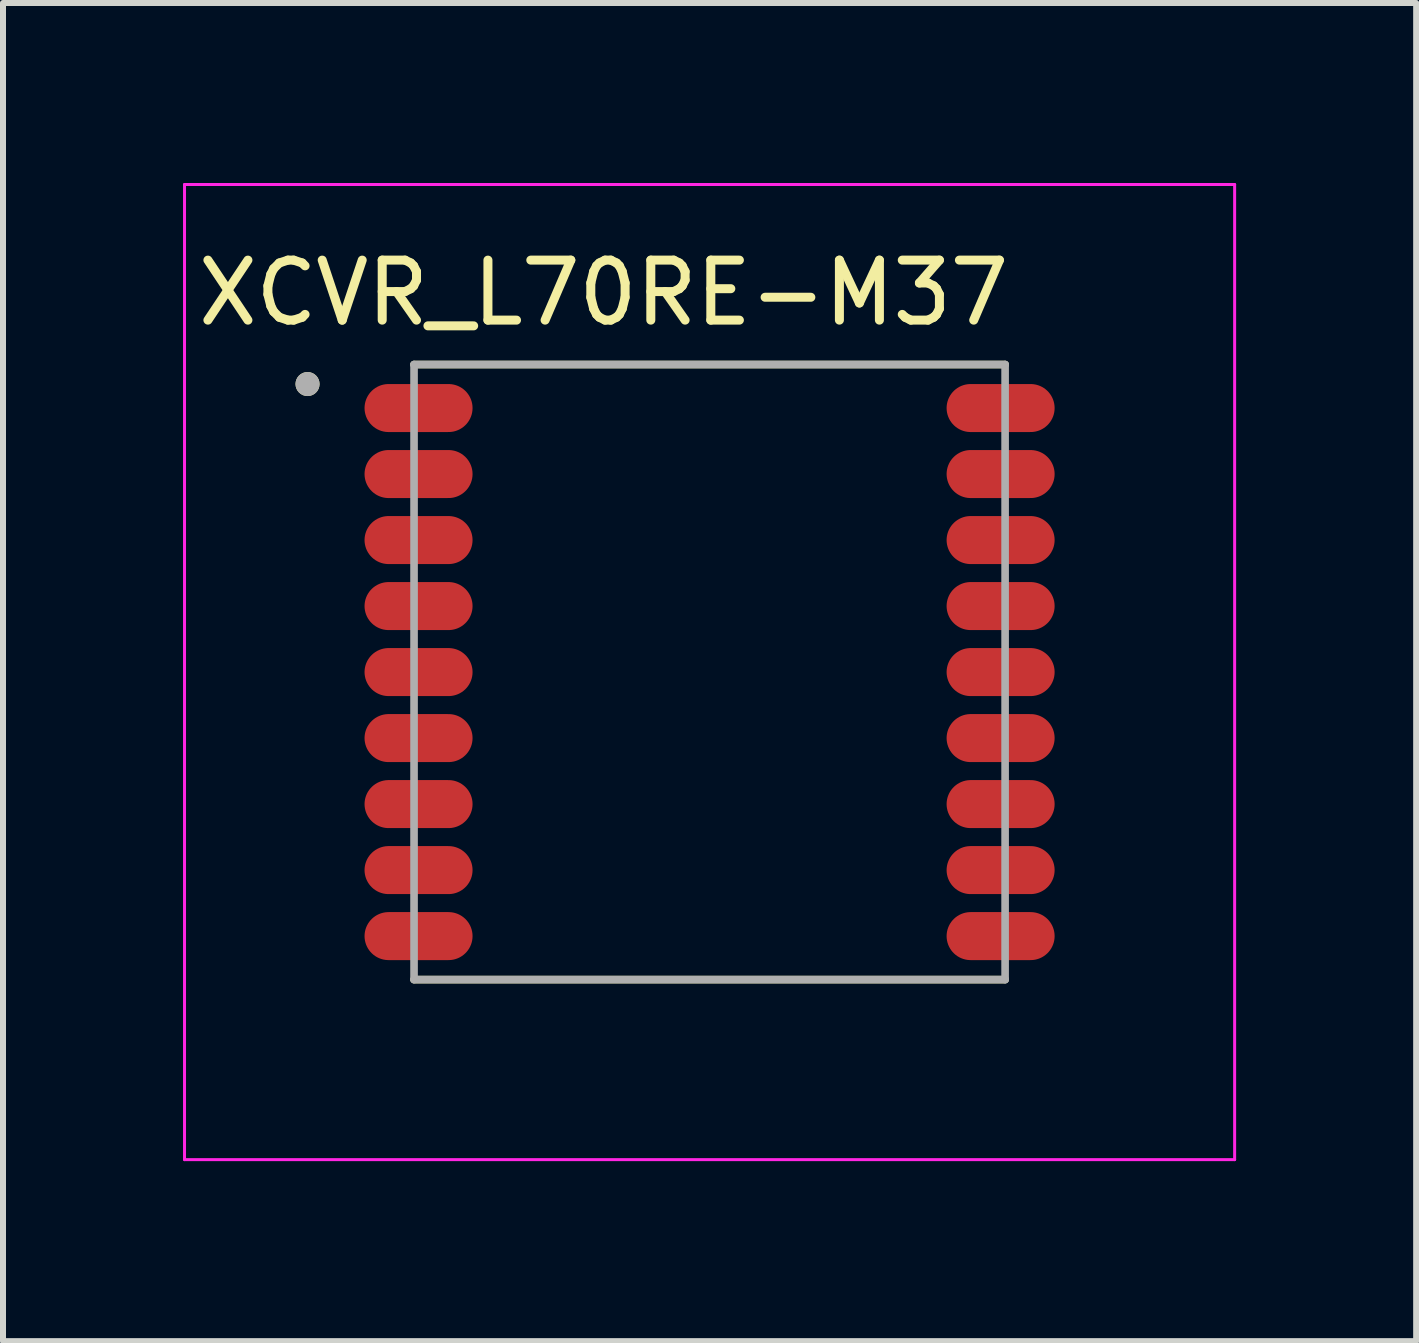
<source format=kicad_pcb>
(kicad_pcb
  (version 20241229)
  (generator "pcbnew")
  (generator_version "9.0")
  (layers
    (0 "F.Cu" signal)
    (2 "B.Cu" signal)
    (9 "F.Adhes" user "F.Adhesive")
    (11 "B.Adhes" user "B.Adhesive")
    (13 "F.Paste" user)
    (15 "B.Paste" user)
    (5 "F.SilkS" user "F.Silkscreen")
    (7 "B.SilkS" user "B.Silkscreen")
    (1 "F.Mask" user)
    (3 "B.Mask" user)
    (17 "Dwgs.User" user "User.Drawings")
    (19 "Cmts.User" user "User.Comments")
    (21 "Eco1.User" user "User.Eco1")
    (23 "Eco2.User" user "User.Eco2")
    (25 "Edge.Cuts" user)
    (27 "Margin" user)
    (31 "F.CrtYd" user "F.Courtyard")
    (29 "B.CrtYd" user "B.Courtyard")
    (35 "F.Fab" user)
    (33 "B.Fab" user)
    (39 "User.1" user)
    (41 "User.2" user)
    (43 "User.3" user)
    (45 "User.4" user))
  (footprint "XCVR_L70RE-M37"
    (layer "F.Cu")
    (at 8.775 8.15)
    (property "Reference" "XCVR_L70RE-M37" (at -1.765 -6.32 0) (layer "F.SilkS") (effects (font (size 1 1) (thickness 0.15))))
    (attr smd)
    (fp_line (start 4.925 -5.125) (end -4.925 -5.125) (stroke (width 0.127) (type solid)) (layer "F.SilkS"))
    (fp_line (start 4.925 5.125) (end -4.925 5.125) (stroke (width 0.127) (type solid)) (layer "F.SilkS"))
    (fp_circle (center -6.7 -4.8) (end -6.6 -4.8) (stroke (width 0.2) (type solid)) (fill no) (layer "F.SilkS"))
    (fp_poly (pts (xy -4.45 -4) (xy -5.75 -4) (xy -5.771 -4.001) (xy -5.792 -4.002) (xy -5.813 -4.005) (xy -5.833 -4.009) (xy -5.854 -4.014) (xy -5.874 -4.02) (xy -5.893 -4.027) (xy -5.913 -4.035) (xy -5.932 -4.044) (xy -5.95 -4.054) (xy -5.968 -4.065) (xy -5.985 -4.076) (xy -6.002 -4.089) (xy -6.018 -4.103) (xy -6.033 -4.117) (xy -6.047 -4.132) (xy -6.061 -4.148) (xy -6.074 -4.165) (xy -6.085 -4.182) (xy -6.096 -4.2) (xy -6.106 -4.218) (xy -6.115 -4.237) (xy -6.123 -4.257) (xy -6.13 -4.276) (xy -6.136 -4.296) (xy -6.141 -4.317) (xy -6.145 -4.337) (xy -6.148 -4.358) (xy -6.149 -4.379) (xy -6.15 -4.4) (xy -6.149 -4.421) (xy -6.148 -4.442) (xy -6.145 -4.463) (xy -6.141 -4.483) (xy -6.136 -4.504) (xy -6.13 -4.524) (xy -6.123 -4.543) (xy -6.115 -4.563) (xy -6.106 -4.582) (xy -6.096 -4.6) (xy -6.085 -4.618) (xy -6.074 -4.635) (xy -6.061 -4.652) (xy -6.047 -4.668) (xy -6.033 -4.683) (xy -6.018 -4.697) (xy -6.002 -4.711) (xy -5.985 -4.724) (xy -5.968 -4.735) (xy -5.95 -4.746) (xy -5.932 -4.756) (xy -5.913 -4.765) (xy -5.893 -4.773) (xy -5.874 -4.78) (xy -5.854 -4.786) (xy -5.833 -4.791) (xy -5.813 -4.795) (xy -5.792 -4.798) (xy -5.771 -4.799) (xy -5.75 -4.8) (xy -4.45 -4.8) (xy -4.429 -4.799) (xy -4.408 -4.798) (xy -4.387 -4.795) (xy -4.367 -4.791) (xy -4.346 -4.786) (xy -4.326 -4.78) (xy -4.307 -4.773) (xy -4.287 -4.765) (xy -4.268 -4.756) (xy -4.25 -4.746) (xy -4.232 -4.735) (xy -4.215 -4.724) (xy -4.198 -4.711) (xy -4.182 -4.697) (xy -4.167 -4.683) (xy -4.153 -4.668) (xy -4.139 -4.652) (xy -4.126 -4.635) (xy -4.115 -4.618) (xy -4.104 -4.6) (xy -4.094 -4.582) (xy -4.085 -4.563) (xy -4.077 -4.543) (xy -4.07 -4.524) (xy -4.064 -4.504) (xy -4.059 -4.483) (xy -4.055 -4.463) (xy -4.052 -4.442) (xy -4.051 -4.421) (xy -4.05 -4.4) (xy -4.051 -4.379) (xy -4.052 -4.358) (xy -4.055 -4.337) (xy -4.059 -4.317) (xy -4.064 -4.296) (xy -4.07 -4.276) (xy -4.077 -4.257) (xy -4.085 -4.237) (xy -4.094 -4.218) (xy -4.104 -4.2) (xy -4.115 -4.182) (xy -4.126 -4.165) (xy -4.139 -4.148) (xy -4.153 -4.132) (xy -4.167 -4.117) (xy -4.182 -4.103) (xy -4.198 -4.089) (xy -4.215 -4.076) (xy -4.232 -4.065) (xy -4.25 -4.054) (xy -4.268 -4.044) (xy -4.287 -4.035) (xy -4.307 -4.027) (xy -4.326 -4.02) (xy -4.346 -4.014) (xy -4.367 -4.009) (xy -4.387 -4.005) (xy -4.408 -4.002) (xy -4.429 -4.001) (xy -4.45 -4)) (stroke (width 0.0001) (type solid)) (fill yes) (layer "F.Paste"))
    (fp_poly (pts (xy -4.45 -2.9) (xy -5.75 -2.9) (xy -5.771 -2.901) (xy -5.792 -2.902) (xy -5.813 -2.905) (xy -5.833 -2.909) (xy -5.854 -2.914) (xy -5.874 -2.92) (xy -5.893 -2.927) (xy -5.913 -2.935) (xy -5.932 -2.944) (xy -5.95 -2.954) (xy -5.968 -2.965) (xy -5.985 -2.976) (xy -6.002 -2.989) (xy -6.018 -3.003) (xy -6.033 -3.017) (xy -6.047 -3.032) (xy -6.061 -3.048) (xy -6.074 -3.065) (xy -6.085 -3.082) (xy -6.096 -3.1) (xy -6.106 -3.118) (xy -6.115 -3.137) (xy -6.123 -3.157) (xy -6.13 -3.176) (xy -6.136 -3.196) (xy -6.141 -3.217) (xy -6.145 -3.237) (xy -6.148 -3.258) (xy -6.149 -3.279) (xy -6.15 -3.3) (xy -6.149 -3.321) (xy -6.148 -3.342) (xy -6.145 -3.363) (xy -6.141 -3.383) (xy -6.136 -3.404) (xy -6.13 -3.424) (xy -6.123 -3.443) (xy -6.115 -3.463) (xy -6.106 -3.482) (xy -6.096 -3.5) (xy -6.085 -3.518) (xy -6.074 -3.535) (xy -6.061 -3.552) (xy -6.047 -3.568) (xy -6.033 -3.583) (xy -6.018 -3.597) (xy -6.002 -3.611) (xy -5.985 -3.624) (xy -5.968 -3.635) (xy -5.95 -3.646) (xy -5.932 -3.656) (xy -5.913 -3.665) (xy -5.893 -3.673) (xy -5.874 -3.68) (xy -5.854 -3.686) (xy -5.833 -3.691) (xy -5.813 -3.695) (xy -5.792 -3.698) (xy -5.771 -3.699) (xy -5.75 -3.7) (xy -4.45 -3.7) (xy -4.429 -3.699) (xy -4.408 -3.698) (xy -4.387 -3.695) (xy -4.367 -3.691) (xy -4.346 -3.686) (xy -4.326 -3.68) (xy -4.307 -3.673) (xy -4.287 -3.665) (xy -4.268 -3.656) (xy -4.25 -3.646) (xy -4.232 -3.635) (xy -4.215 -3.624) (xy -4.198 -3.611) (xy -4.182 -3.597) (xy -4.167 -3.583) (xy -4.153 -3.568) (xy -4.139 -3.552) (xy -4.126 -3.535) (xy -4.115 -3.518) (xy -4.104 -3.5) (xy -4.094 -3.482) (xy -4.085 -3.463) (xy -4.077 -3.443) (xy -4.07 -3.424) (xy -4.064 -3.404) (xy -4.059 -3.383) (xy -4.055 -3.363) (xy -4.052 -3.342) (xy -4.051 -3.321) (xy -4.05 -3.3) (xy -4.051 -3.279) (xy -4.052 -3.258) (xy -4.055 -3.237) (xy -4.059 -3.217) (xy -4.064 -3.196) (xy -4.07 -3.176) (xy -4.077 -3.157) (xy -4.085 -3.137) (xy -4.094 -3.118) (xy -4.104 -3.1) (xy -4.115 -3.082) (xy -4.126 -3.065) (xy -4.139 -3.048) (xy -4.153 -3.032) (xy -4.167 -3.017) (xy -4.182 -3.003) (xy -4.198 -2.989) (xy -4.215 -2.976) (xy -4.232 -2.965) (xy -4.25 -2.954) (xy -4.268 -2.944) (xy -4.287 -2.935) (xy -4.307 -2.927) (xy -4.326 -2.92) (xy -4.346 -2.914) (xy -4.367 -2.909) (xy -4.387 -2.905) (xy -4.408 -2.902) (xy -4.429 -2.901) (xy -4.45 -2.9)) (stroke (width 0.0001) (type solid)) (fill yes) (layer "F.Paste"))
    (fp_poly (pts (xy -4.45 -1.8) (xy -5.75 -1.8) (xy -5.771 -1.801) (xy -5.792 -1.802) (xy -5.813 -1.805) (xy -5.833 -1.809) (xy -5.854 -1.814) (xy -5.874 -1.82) (xy -5.893 -1.827) (xy -5.913 -1.835) (xy -5.932 -1.844) (xy -5.95 -1.854) (xy -5.968 -1.865) (xy -5.985 -1.876) (xy -6.002 -1.889) (xy -6.018 -1.903) (xy -6.033 -1.917) (xy -6.047 -1.932) (xy -6.061 -1.948) (xy -6.074 -1.965) (xy -6.085 -1.982) (xy -6.096 -2) (xy -6.106 -2.018) (xy -6.115 -2.037) (xy -6.123 -2.057) (xy -6.13 -2.076) (xy -6.136 -2.096) (xy -6.141 -2.117) (xy -6.145 -2.137) (xy -6.148 -2.158) (xy -6.149 -2.179) (xy -6.15 -2.2) (xy -6.149 -2.221) (xy -6.148 -2.242) (xy -6.145 -2.263) (xy -6.141 -2.283) (xy -6.136 -2.304) (xy -6.13 -2.324) (xy -6.123 -2.343) (xy -6.115 -2.363) (xy -6.106 -2.382) (xy -6.096 -2.4) (xy -6.085 -2.418) (xy -6.074 -2.435) (xy -6.061 -2.452) (xy -6.047 -2.468) (xy -6.033 -2.483) (xy -6.018 -2.497) (xy -6.002 -2.511) (xy -5.985 -2.524) (xy -5.968 -2.535) (xy -5.95 -2.546) (xy -5.932 -2.556) (xy -5.913 -2.565) (xy -5.893 -2.573) (xy -5.874 -2.58) (xy -5.854 -2.586) (xy -5.833 -2.591) (xy -5.813 -2.595) (xy -5.792 -2.598) (xy -5.771 -2.599) (xy -5.75 -2.6) (xy -4.45 -2.6) (xy -4.429 -2.599) (xy -4.408 -2.598) (xy -4.387 -2.595) (xy -4.367 -2.591) (xy -4.346 -2.586) (xy -4.326 -2.58) (xy -4.307 -2.573) (xy -4.287 -2.565) (xy -4.268 -2.556) (xy -4.25 -2.546) (xy -4.232 -2.535) (xy -4.215 -2.524) (xy -4.198 -2.511) (xy -4.182 -2.497) (xy -4.167 -2.483) (xy -4.153 -2.468) (xy -4.139 -2.452) (xy -4.126 -2.435) (xy -4.115 -2.418) (xy -4.104 -2.4) (xy -4.094 -2.382) (xy -4.085 -2.363) (xy -4.077 -2.343) (xy -4.07 -2.324) (xy -4.064 -2.304) (xy -4.059 -2.283) (xy -4.055 -2.263) (xy -4.052 -2.242) (xy -4.051 -2.221) (xy -4.05 -2.2) (xy -4.051 -2.179) (xy -4.052 -2.158) (xy -4.055 -2.137) (xy -4.059 -2.117) (xy -4.064 -2.096) (xy -4.07 -2.076) (xy -4.077 -2.057) (xy -4.085 -2.037) (xy -4.094 -2.018) (xy -4.104 -2) (xy -4.115 -1.982) (xy -4.126 -1.965) (xy -4.139 -1.948) (xy -4.153 -1.932) (xy -4.167 -1.917) (xy -4.182 -1.903) (xy -4.198 -1.889) (xy -4.215 -1.876) (xy -4.232 -1.865) (xy -4.25 -1.854) (xy -4.268 -1.844) (xy -4.287 -1.835) (xy -4.307 -1.827) (xy -4.326 -1.82) (xy -4.346 -1.814) (xy -4.367 -1.809) (xy -4.387 -1.805) (xy -4.408 -1.802) (xy -4.429 -1.801) (xy -4.45 -1.8)) (stroke (width 0.0001) (type solid)) (fill yes) (layer "F.Paste"))
    (fp_poly (pts (xy -4.45 -0.7) (xy -5.75 -0.7) (xy -5.771 -0.701) (xy -5.792 -0.702) (xy -5.813 -0.705) (xy -5.833 -0.709) (xy -5.854 -0.714) (xy -5.874 -0.72) (xy -5.893 -0.727) (xy -5.913 -0.735) (xy -5.932 -0.744) (xy -5.95 -0.754) (xy -5.968 -0.765) (xy -5.985 -0.776) (xy -6.002 -0.789) (xy -6.018 -0.803) (xy -6.033 -0.817) (xy -6.047 -0.832) (xy -6.061 -0.848) (xy -6.074 -0.865) (xy -6.085 -0.882) (xy -6.096 -0.9) (xy -6.106 -0.918) (xy -6.115 -0.937) (xy -6.123 -0.957) (xy -6.13 -0.976) (xy -6.136 -0.996) (xy -6.141 -1.017) (xy -6.145 -1.037) (xy -6.148 -1.058) (xy -6.149 -1.079) (xy -6.15 -1.1) (xy -6.149 -1.121) (xy -6.148 -1.142) (xy -6.145 -1.163) (xy -6.141 -1.183) (xy -6.136 -1.204) (xy -6.13 -1.224) (xy -6.123 -1.243) (xy -6.115 -1.263) (xy -6.106 -1.282) (xy -6.096 -1.3) (xy -6.085 -1.318) (xy -6.074 -1.335) (xy -6.061 -1.352) (xy -6.047 -1.368) (xy -6.033 -1.383) (xy -6.018 -1.397) (xy -6.002 -1.411) (xy -5.985 -1.424) (xy -5.968 -1.435) (xy -5.95 -1.446) (xy -5.932 -1.456) (xy -5.913 -1.465) (xy -5.893 -1.473) (xy -5.874 -1.48) (xy -5.854 -1.486) (xy -5.833 -1.491) (xy -5.813 -1.495) (xy -5.792 -1.498) (xy -5.771 -1.499) (xy -5.75 -1.5) (xy -4.45 -1.5) (xy -4.429 -1.499) (xy -4.408 -1.498) (xy -4.387 -1.495) (xy -4.367 -1.491) (xy -4.346 -1.486) (xy -4.326 -1.48) (xy -4.307 -1.473) (xy -4.287 -1.465) (xy -4.268 -1.456) (xy -4.25 -1.446) (xy -4.232 -1.435) (xy -4.215 -1.424) (xy -4.198 -1.411) (xy -4.182 -1.397) (xy -4.167 -1.383) (xy -4.153 -1.368) (xy -4.139 -1.352) (xy -4.126 -1.335) (xy -4.115 -1.318) (xy -4.104 -1.3) (xy -4.094 -1.282) (xy -4.085 -1.263) (xy -4.077 -1.243) (xy -4.07 -1.224) (xy -4.064 -1.204) (xy -4.059 -1.183) (xy -4.055 -1.163) (xy -4.052 -1.142) (xy -4.051 -1.121) (xy -4.05 -1.1) (xy -4.051 -1.079) (xy -4.052 -1.058) (xy -4.055 -1.037) (xy -4.059 -1.017) (xy -4.064 -0.996) (xy -4.07 -0.976) (xy -4.077 -0.957) (xy -4.085 -0.937) (xy -4.094 -0.918) (xy -4.104 -0.9) (xy -4.115 -0.882) (xy -4.126 -0.865) (xy -4.139 -0.848) (xy -4.153 -0.832) (xy -4.167 -0.817) (xy -4.182 -0.803) (xy -4.198 -0.789) (xy -4.215 -0.776) (xy -4.232 -0.765) (xy -4.25 -0.754) (xy -4.268 -0.744) (xy -4.287 -0.735) (xy -4.307 -0.727) (xy -4.326 -0.72) (xy -4.346 -0.714) (xy -4.367 -0.709) (xy -4.387 -0.705) (xy -4.408 -0.702) (xy -4.429 -0.701) (xy -4.45 -0.7)) (stroke (width 0.0001) (type solid)) (fill yes) (layer "F.Paste"))
    (fp_poly (pts (xy -4.45 0.4) (xy -5.75 0.4) (xy -5.771 0.399) (xy -5.792 0.398) (xy -5.813 0.395) (xy -5.833 0.391) (xy -5.854 0.386) (xy -5.874 0.38) (xy -5.893 0.373) (xy -5.913 0.365) (xy -5.932 0.356) (xy -5.95 0.346) (xy -5.968 0.335) (xy -5.985 0.324) (xy -6.002 0.311) (xy -6.018 0.297) (xy -6.033 0.283) (xy -6.047 0.268) (xy -6.061 0.252) (xy -6.074 0.235) (xy -6.085 0.218) (xy -6.096 0.2) (xy -6.106 0.182) (xy -6.115 0.163) (xy -6.123 0.143) (xy -6.13 0.124) (xy -6.136 0.104) (xy -6.141 0.083) (xy -6.145 0.063) (xy -6.148 0.042) (xy -6.149 0.021) (xy -6.15 0) (xy -6.149 -0.021) (xy -6.148 -0.042) (xy -6.145 -0.063) (xy -6.141 -0.083) (xy -6.136 -0.104) (xy -6.13 -0.124) (xy -6.123 -0.143) (xy -6.115 -0.163) (xy -6.106 -0.182) (xy -6.096 -0.2) (xy -6.085 -0.218) (xy -6.074 -0.235) (xy -6.061 -0.252) (xy -6.047 -0.268) (xy -6.033 -0.283) (xy -6.018 -0.297) (xy -6.002 -0.311) (xy -5.985 -0.324) (xy -5.968 -0.335) (xy -5.95 -0.346) (xy -5.932 -0.356) (xy -5.913 -0.365) (xy -5.893 -0.373) (xy -5.874 -0.38) (xy -5.854 -0.386) (xy -5.833 -0.391) (xy -5.813 -0.395) (xy -5.792 -0.398) (xy -5.771 -0.399) (xy -5.75 -0.4) (xy -4.45 -0.4) (xy -4.429 -0.399) (xy -4.408 -0.398) (xy -4.387 -0.395) (xy -4.367 -0.391) (xy -4.346 -0.386) (xy -4.326 -0.38) (xy -4.307 -0.373) (xy -4.287 -0.365) (xy -4.268 -0.356) (xy -4.25 -0.346) (xy -4.232 -0.335) (xy -4.215 -0.324) (xy -4.198 -0.311) (xy -4.182 -0.297) (xy -4.167 -0.283) (xy -4.153 -0.268) (xy -4.139 -0.252) (xy -4.126 -0.235) (xy -4.115 -0.218) (xy -4.104 -0.2) (xy -4.094 -0.182) (xy -4.085 -0.163) (xy -4.077 -0.143) (xy -4.07 -0.124) (xy -4.064 -0.104) (xy -4.059 -0.083) (xy -4.055 -0.063) (xy -4.052 -0.042) (xy -4.051 -0.021) (xy -4.05 0) (xy -4.051 0.021) (xy -4.052 0.042) (xy -4.055 0.063) (xy -4.059 0.083) (xy -4.064 0.104) (xy -4.07 0.124) (xy -4.077 0.143) (xy -4.085 0.163) (xy -4.094 0.182) (xy -4.104 0.2) (xy -4.115 0.218) (xy -4.126 0.235) (xy -4.139 0.252) (xy -4.153 0.268) (xy -4.167 0.283) (xy -4.182 0.297) (xy -4.198 0.311) (xy -4.215 0.324) (xy -4.232 0.335) (xy -4.25 0.346) (xy -4.268 0.356) (xy -4.287 0.365) (xy -4.307 0.373) (xy -4.326 0.38) (xy -4.346 0.386) (xy -4.367 0.391) (xy -4.387 0.395) (xy -4.408 0.398) (xy -4.429 0.399) (xy -4.45 0.4)) (stroke (width 0.0001) (type solid)) (fill yes) (layer "F.Paste"))
    (fp_poly (pts (xy -4.45 1.5) (xy -5.75 1.5) (xy -5.771 1.499) (xy -5.792 1.498) (xy -5.813 1.495) (xy -5.833 1.491) (xy -5.854 1.486) (xy -5.874 1.48) (xy -5.893 1.473) (xy -5.913 1.465) (xy -5.932 1.456) (xy -5.95 1.446) (xy -5.968 1.435) (xy -5.985 1.424) (xy -6.002 1.411) (xy -6.018 1.397) (xy -6.033 1.383) (xy -6.047 1.368) (xy -6.061 1.352) (xy -6.074 1.335) (xy -6.085 1.318) (xy -6.096 1.3) (xy -6.106 1.282) (xy -6.115 1.263) (xy -6.123 1.243) (xy -6.13 1.224) (xy -6.136 1.204) (xy -6.141 1.183) (xy -6.145 1.163) (xy -6.148 1.142) (xy -6.149 1.121) (xy -6.15 1.1) (xy -6.149 1.079) (xy -6.148 1.058) (xy -6.145 1.037) (xy -6.141 1.017) (xy -6.136 0.996) (xy -6.13 0.976) (xy -6.123 0.957) (xy -6.115 0.937) (xy -6.106 0.918) (xy -6.096 0.9) (xy -6.085 0.882) (xy -6.074 0.865) (xy -6.061 0.848) (xy -6.047 0.832) (xy -6.033 0.817) (xy -6.018 0.803) (xy -6.002 0.789) (xy -5.985 0.776) (xy -5.968 0.765) (xy -5.95 0.754) (xy -5.932 0.744) (xy -5.913 0.735) (xy -5.893 0.727) (xy -5.874 0.72) (xy -5.854 0.714) (xy -5.833 0.709) (xy -5.813 0.705) (xy -5.792 0.702) (xy -5.771 0.701) (xy -5.75 0.7) (xy -4.45 0.7) (xy -4.429 0.701) (xy -4.408 0.702) (xy -4.387 0.705) (xy -4.367 0.709) (xy -4.346 0.714) (xy -4.326 0.72) (xy -4.307 0.727) (xy -4.287 0.735) (xy -4.268 0.744) (xy -4.25 0.754) (xy -4.232 0.765) (xy -4.215 0.776) (xy -4.198 0.789) (xy -4.182 0.803) (xy -4.167 0.817) (xy -4.153 0.832) (xy -4.139 0.848) (xy -4.126 0.865) (xy -4.115 0.882) (xy -4.104 0.9) (xy -4.094 0.918) (xy -4.085 0.937) (xy -4.077 0.957) (xy -4.07 0.976) (xy -4.064 0.996) (xy -4.059 1.017) (xy -4.055 1.037) (xy -4.052 1.058) (xy -4.051 1.079) (xy -4.05 1.1) (xy -4.051 1.121) (xy -4.052 1.142) (xy -4.055 1.163) (xy -4.059 1.183) (xy -4.064 1.204) (xy -4.07 1.224) (xy -4.077 1.243) (xy -4.085 1.263) (xy -4.094 1.282) (xy -4.104 1.3) (xy -4.115 1.318) (xy -4.126 1.335) (xy -4.139 1.352) (xy -4.153 1.368) (xy -4.167 1.383) (xy -4.182 1.397) (xy -4.198 1.411) (xy -4.215 1.424) (xy -4.232 1.435) (xy -4.25 1.446) (xy -4.268 1.456) (xy -4.287 1.465) (xy -4.307 1.473) (xy -4.326 1.48) (xy -4.346 1.486) (xy -4.367 1.491) (xy -4.387 1.495) (xy -4.408 1.498) (xy -4.429 1.499) (xy -4.45 1.5)) (stroke (width 0.0001) (type solid)) (fill yes) (layer "F.Paste"))
    (fp_poly (pts (xy -4.45 2.6) (xy -5.75 2.6) (xy -5.771 2.599) (xy -5.792 2.598) (xy -5.813 2.595) (xy -5.833 2.591) (xy -5.854 2.586) (xy -5.874 2.58) (xy -5.893 2.573) (xy -5.913 2.565) (xy -5.932 2.556) (xy -5.95 2.546) (xy -5.968 2.535) (xy -5.985 2.524) (xy -6.002 2.511) (xy -6.018 2.497) (xy -6.033 2.483) (xy -6.047 2.468) (xy -6.061 2.452) (xy -6.074 2.435) (xy -6.085 2.418) (xy -6.096 2.4) (xy -6.106 2.382) (xy -6.115 2.363) (xy -6.123 2.343) (xy -6.13 2.324) (xy -6.136 2.304) (xy -6.141 2.283) (xy -6.145 2.263) (xy -6.148 2.242) (xy -6.149 2.221) (xy -6.15 2.2) (xy -6.149 2.179) (xy -6.148 2.158) (xy -6.145 2.137) (xy -6.141 2.117) (xy -6.136 2.096) (xy -6.13 2.076) (xy -6.123 2.057) (xy -6.115 2.037) (xy -6.106 2.018) (xy -6.096 2) (xy -6.085 1.982) (xy -6.074 1.965) (xy -6.061 1.948) (xy -6.047 1.932) (xy -6.033 1.917) (xy -6.018 1.903) (xy -6.002 1.889) (xy -5.985 1.876) (xy -5.968 1.865) (xy -5.95 1.854) (xy -5.932 1.844) (xy -5.913 1.835) (xy -5.893 1.827) (xy -5.874 1.82) (xy -5.854 1.814) (xy -5.833 1.809) (xy -5.813 1.805) (xy -5.792 1.802) (xy -5.771 1.801) (xy -5.75 1.8) (xy -4.45 1.8) (xy -4.429 1.801) (xy -4.408 1.802) (xy -4.387 1.805) (xy -4.367 1.809) (xy -4.346 1.814) (xy -4.326 1.82) (xy -4.307 1.827) (xy -4.287 1.835) (xy -4.268 1.844) (xy -4.25 1.854) (xy -4.232 1.865) (xy -4.215 1.876) (xy -4.198 1.889) (xy -4.182 1.903) (xy -4.167 1.917) (xy -4.153 1.932) (xy -4.139 1.948) (xy -4.126 1.965) (xy -4.115 1.982) (xy -4.104 2) (xy -4.094 2.018) (xy -4.085 2.037) (xy -4.077 2.057) (xy -4.07 2.076) (xy -4.064 2.096) (xy -4.059 2.117) (xy -4.055 2.137) (xy -4.052 2.158) (xy -4.051 2.179) (xy -4.05 2.2) (xy -4.051 2.221) (xy -4.052 2.242) (xy -4.055 2.263) (xy -4.059 2.283) (xy -4.064 2.304) (xy -4.07 2.324) (xy -4.077 2.343) (xy -4.085 2.363) (xy -4.094 2.382) (xy -4.104 2.4) (xy -4.115 2.418) (xy -4.126 2.435) (xy -4.139 2.452) (xy -4.153 2.468) (xy -4.167 2.483) (xy -4.182 2.497) (xy -4.198 2.511) (xy -4.215 2.524) (xy -4.232 2.535) (xy -4.25 2.546) (xy -4.268 2.556) (xy -4.287 2.565) (xy -4.307 2.573) (xy -4.326 2.58) (xy -4.346 2.586) (xy -4.367 2.591) (xy -4.387 2.595) (xy -4.408 2.598) (xy -4.429 2.599) (xy -4.45 2.6)) (stroke (width 0.0001) (type solid)) (fill yes) (layer "F.Paste"))
    (fp_poly (pts (xy -4.45 3.7) (xy -5.75 3.7) (xy -5.771 3.699) (xy -5.792 3.698) (xy -5.813 3.695) (xy -5.833 3.691) (xy -5.854 3.686) (xy -5.874 3.68) (xy -5.893 3.673) (xy -5.913 3.665) (xy -5.932 3.656) (xy -5.95 3.646) (xy -5.968 3.635) (xy -5.985 3.624) (xy -6.002 3.611) (xy -6.018 3.597) (xy -6.033 3.583) (xy -6.047 3.568) (xy -6.061 3.552) (xy -6.074 3.535) (xy -6.085 3.518) (xy -6.096 3.5) (xy -6.106 3.482) (xy -6.115 3.463) (xy -6.123 3.443) (xy -6.13 3.424) (xy -6.136 3.404) (xy -6.141 3.383) (xy -6.145 3.363) (xy -6.148 3.342) (xy -6.149 3.321) (xy -6.15 3.3) (xy -6.149 3.279) (xy -6.148 3.258) (xy -6.145 3.237) (xy -6.141 3.217) (xy -6.136 3.196) (xy -6.13 3.176) (xy -6.123 3.157) (xy -6.115 3.137) (xy -6.106 3.118) (xy -6.096 3.1) (xy -6.085 3.082) (xy -6.074 3.065) (xy -6.061 3.048) (xy -6.047 3.032) (xy -6.033 3.017) (xy -6.018 3.003) (xy -6.002 2.989) (xy -5.985 2.976) (xy -5.968 2.965) (xy -5.95 2.954) (xy -5.932 2.944) (xy -5.913 2.935) (xy -5.893 2.927) (xy -5.874 2.92) (xy -5.854 2.914) (xy -5.833 2.909) (xy -5.813 2.905) (xy -5.792 2.902) (xy -5.771 2.901) (xy -5.75 2.9) (xy -4.45 2.9) (xy -4.429 2.901) (xy -4.408 2.902) (xy -4.387 2.905) (xy -4.367 2.909) (xy -4.346 2.914) (xy -4.326 2.92) (xy -4.307 2.927) (xy -4.287 2.935) (xy -4.268 2.944) (xy -4.25 2.954) (xy -4.232 2.965) (xy -4.215 2.976) (xy -4.198 2.989) (xy -4.182 3.003) (xy -4.167 3.017) (xy -4.153 3.032) (xy -4.139 3.048) (xy -4.126 3.065) (xy -4.115 3.082) (xy -4.104 3.1) (xy -4.094 3.118) (xy -4.085 3.137) (xy -4.077 3.157) (xy -4.07 3.176) (xy -4.064 3.196) (xy -4.059 3.217) (xy -4.055 3.237) (xy -4.052 3.258) (xy -4.051 3.279) (xy -4.05 3.3) (xy -4.051 3.321) (xy -4.052 3.342) (xy -4.055 3.363) (xy -4.059 3.383) (xy -4.064 3.404) (xy -4.07 3.424) (xy -4.077 3.443) (xy -4.085 3.463) (xy -4.094 3.482) (xy -4.104 3.5) (xy -4.115 3.518) (xy -4.126 3.535) (xy -4.139 3.552) (xy -4.153 3.568) (xy -4.167 3.583) (xy -4.182 3.597) (xy -4.198 3.611) (xy -4.215 3.624) (xy -4.232 3.635) (xy -4.25 3.646) (xy -4.268 3.656) (xy -4.287 3.665) (xy -4.307 3.673) (xy -4.326 3.68) (xy -4.346 3.686) (xy -4.367 3.691) (xy -4.387 3.695) (xy -4.408 3.698) (xy -4.429 3.699) (xy -4.45 3.7)) (stroke (width 0.0001) (type solid)) (fill yes) (layer "F.Paste"))
    (fp_poly (pts (xy -4.45 4.8) (xy -5.75 4.8) (xy -5.771 4.799) (xy -5.792 4.798) (xy -5.813 4.795) (xy -5.833 4.791) (xy -5.854 4.786) (xy -5.874 4.78) (xy -5.893 4.773) (xy -5.913 4.765) (xy -5.932 4.756) (xy -5.95 4.746) (xy -5.968 4.735) (xy -5.985 4.724) (xy -6.002 4.711) (xy -6.018 4.697) (xy -6.033 4.683) (xy -6.047 4.668) (xy -6.061 4.652) (xy -6.074 4.635) (xy -6.085 4.618) (xy -6.096 4.6) (xy -6.106 4.582) (xy -6.115 4.563) (xy -6.123 4.543) (xy -6.13 4.524) (xy -6.136 4.504) (xy -6.141 4.483) (xy -6.145 4.463) (xy -6.148 4.442) (xy -6.149 4.421) (xy -6.15 4.4) (xy -6.149 4.379) (xy -6.148 4.358) (xy -6.145 4.337) (xy -6.141 4.317) (xy -6.136 4.296) (xy -6.13 4.276) (xy -6.123 4.257) (xy -6.115 4.237) (xy -6.106 4.218) (xy -6.096 4.2) (xy -6.085 4.182) (xy -6.074 4.165) (xy -6.061 4.148) (xy -6.047 4.132) (xy -6.033 4.117) (xy -6.018 4.103) (xy -6.002 4.089) (xy -5.985 4.076) (xy -5.968 4.065) (xy -5.95 4.054) (xy -5.932 4.044) (xy -5.913 4.035) (xy -5.893 4.027) (xy -5.874 4.02) (xy -5.854 4.014) (xy -5.833 4.009) (xy -5.813 4.005) (xy -5.792 4.002) (xy -5.771 4.001) (xy -5.75 4) (xy -4.45 4) (xy -4.429 4.001) (xy -4.408 4.002) (xy -4.387 4.005) (xy -4.367 4.009) (xy -4.346 4.014) (xy -4.326 4.02) (xy -4.307 4.027) (xy -4.287 4.035) (xy -4.268 4.044) (xy -4.25 4.054) (xy -4.232 4.065) (xy -4.215 4.076) (xy -4.198 4.089) (xy -4.182 4.103) (xy -4.167 4.117) (xy -4.153 4.132) (xy -4.139 4.148) (xy -4.126 4.165) (xy -4.115 4.182) (xy -4.104 4.2) (xy -4.094 4.218) (xy -4.085 4.237) (xy -4.077 4.257) (xy -4.07 4.276) (xy -4.064 4.296) (xy -4.059 4.317) (xy -4.055 4.337) (xy -4.052 4.358) (xy -4.051 4.379) (xy -4.05 4.4) (xy -4.051 4.421) (xy -4.052 4.442) (xy -4.055 4.463) (xy -4.059 4.483) (xy -4.064 4.504) (xy -4.07 4.524) (xy -4.077 4.543) (xy -4.085 4.563) (xy -4.094 4.582) (xy -4.104 4.6) (xy -4.115 4.618) (xy -4.126 4.635) (xy -4.139 4.652) (xy -4.153 4.668) (xy -4.167 4.683) (xy -4.182 4.697) (xy -4.198 4.711) (xy -4.215 4.724) (xy -4.232 4.735) (xy -4.25 4.746) (xy -4.268 4.756) (xy -4.287 4.765) (xy -4.307 4.773) (xy -4.326 4.78) (xy -4.346 4.786) (xy -4.367 4.791) (xy -4.387 4.795) (xy -4.408 4.798) (xy -4.429 4.799) (xy -4.45 4.8)) (stroke (width 0.0001) (type solid)) (fill yes) (layer "F.Paste"))
    (fp_poly (pts (xy 5.75 -4) (xy 4.45 -4) (xy 4.429 -4.001) (xy 4.408 -4.002) (xy 4.387 -4.005) (xy 4.367 -4.009) (xy 4.346 -4.014) (xy 4.326 -4.02) (xy 4.307 -4.027) (xy 4.287 -4.035) (xy 4.268 -4.044) (xy 4.25 -4.054) (xy 4.232 -4.065) (xy 4.215 -4.076) (xy 4.198 -4.089) (xy 4.182 -4.103) (xy 4.167 -4.117) (xy 4.153 -4.132) (xy 4.139 -4.148) (xy 4.126 -4.165) (xy 4.115 -4.182) (xy 4.104 -4.2) (xy 4.094 -4.218) (xy 4.085 -4.237) (xy 4.077 -4.257) (xy 4.07 -4.276) (xy 4.064 -4.296) (xy 4.059 -4.317) (xy 4.055 -4.337) (xy 4.052 -4.358) (xy 4.051 -4.379) (xy 4.05 -4.4) (xy 4.051 -4.421) (xy 4.052 -4.442) (xy 4.055 -4.463) (xy 4.059 -4.483) (xy 4.064 -4.504) (xy 4.07 -4.524) (xy 4.077 -4.543) (xy 4.085 -4.563) (xy 4.094 -4.582) (xy 4.104 -4.6) (xy 4.115 -4.618) (xy 4.126 -4.635) (xy 4.139 -4.652) (xy 4.153 -4.668) (xy 4.167 -4.683) (xy 4.182 -4.697) (xy 4.198 -4.711) (xy 4.215 -4.724) (xy 4.232 -4.735) (xy 4.25 -4.746) (xy 4.268 -4.756) (xy 4.287 -4.765) (xy 4.307 -4.773) (xy 4.326 -4.78) (xy 4.346 -4.786) (xy 4.367 -4.791) (xy 4.387 -4.795) (xy 4.408 -4.798) (xy 4.429 -4.799) (xy 4.45 -4.8) (xy 5.75 -4.8) (xy 5.771 -4.799) (xy 5.792 -4.798) (xy 5.813 -4.795) (xy 5.833 -4.791) (xy 5.854 -4.786) (xy 5.874 -4.78) (xy 5.893 -4.773) (xy 5.913 -4.765) (xy 5.932 -4.756) (xy 5.95 -4.746) (xy 5.968 -4.735) (xy 5.985 -4.724) (xy 6.002 -4.711) (xy 6.018 -4.697) (xy 6.033 -4.683) (xy 6.047 -4.668) (xy 6.061 -4.652) (xy 6.074 -4.635) (xy 6.085 -4.618) (xy 6.096 -4.6) (xy 6.106 -4.582) (xy 6.115 -4.563) (xy 6.123 -4.543) (xy 6.13 -4.524) (xy 6.136 -4.504) (xy 6.141 -4.483) (xy 6.145 -4.463) (xy 6.148 -4.442) (xy 6.149 -4.421) (xy 6.15 -4.4) (xy 6.149 -4.379) (xy 6.148 -4.358) (xy 6.145 -4.337) (xy 6.141 -4.317) (xy 6.136 -4.296) (xy 6.13 -4.276) (xy 6.123 -4.257) (xy 6.115 -4.237) (xy 6.106 -4.218) (xy 6.096 -4.2) (xy 6.085 -4.182) (xy 6.074 -4.165) (xy 6.061 -4.148) (xy 6.047 -4.132) (xy 6.033 -4.117) (xy 6.018 -4.103) (xy 6.002 -4.089) (xy 5.985 -4.076) (xy 5.968 -4.065) (xy 5.95 -4.054) (xy 5.932 -4.044) (xy 5.913 -4.035) (xy 5.893 -4.027) (xy 5.874 -4.02) (xy 5.854 -4.014) (xy 5.833 -4.009) (xy 5.813 -4.005) (xy 5.792 -4.002) (xy 5.771 -4.001) (xy 5.75 -4)) (stroke (width 0.0001) (type solid)) (fill yes) (layer "F.Paste"))
    (fp_poly (pts (xy 5.75 -2.9) (xy 4.45 -2.9) (xy 4.429 -2.901) (xy 4.408 -2.902) (xy 4.387 -2.905) (xy 4.367 -2.909) (xy 4.346 -2.914) (xy 4.326 -2.92) (xy 4.307 -2.927) (xy 4.287 -2.935) (xy 4.268 -2.944) (xy 4.25 -2.954) (xy 4.232 -2.965) (xy 4.215 -2.976) (xy 4.198 -2.989) (xy 4.182 -3.003) (xy 4.167 -3.017) (xy 4.153 -3.032) (xy 4.139 -3.048) (xy 4.126 -3.065) (xy 4.115 -3.082) (xy 4.104 -3.1) (xy 4.094 -3.118) (xy 4.085 -3.137) (xy 4.077 -3.157) (xy 4.07 -3.176) (xy 4.064 -3.196) (xy 4.059 -3.217) (xy 4.055 -3.237) (xy 4.052 -3.258) (xy 4.051 -3.279) (xy 4.05 -3.3) (xy 4.051 -3.321) (xy 4.052 -3.342) (xy 4.055 -3.363) (xy 4.059 -3.383) (xy 4.064 -3.404) (xy 4.07 -3.424) (xy 4.077 -3.443) (xy 4.085 -3.463) (xy 4.094 -3.482) (xy 4.104 -3.5) (xy 4.115 -3.518) (xy 4.126 -3.535) (xy 4.139 -3.552) (xy 4.153 -3.568) (xy 4.167 -3.583) (xy 4.182 -3.597) (xy 4.198 -3.611) (xy 4.215 -3.624) (xy 4.232 -3.635) (xy 4.25 -3.646) (xy 4.268 -3.656) (xy 4.287 -3.665) (xy 4.307 -3.673) (xy 4.326 -3.68) (xy 4.346 -3.686) (xy 4.367 -3.691) (xy 4.387 -3.695) (xy 4.408 -3.698) (xy 4.429 -3.699) (xy 4.45 -3.7) (xy 5.75 -3.7) (xy 5.771 -3.699) (xy 5.792 -3.698) (xy 5.813 -3.695) (xy 5.833 -3.691) (xy 5.854 -3.686) (xy 5.874 -3.68) (xy 5.893 -3.673) (xy 5.913 -3.665) (xy 5.932 -3.656) (xy 5.95 -3.646) (xy 5.968 -3.635) (xy 5.985 -3.624) (xy 6.002 -3.611) (xy 6.018 -3.597) (xy 6.033 -3.583) (xy 6.047 -3.568) (xy 6.061 -3.552) (xy 6.074 -3.535) (xy 6.085 -3.518) (xy 6.096 -3.5) (xy 6.106 -3.482) (xy 6.115 -3.463) (xy 6.123 -3.443) (xy 6.13 -3.424) (xy 6.136 -3.404) (xy 6.141 -3.383) (xy 6.145 -3.363) (xy 6.148 -3.342) (xy 6.149 -3.321) (xy 6.15 -3.3) (xy 6.149 -3.279) (xy 6.148 -3.258) (xy 6.145 -3.237) (xy 6.141 -3.217) (xy 6.136 -3.196) (xy 6.13 -3.176) (xy 6.123 -3.157) (xy 6.115 -3.137) (xy 6.106 -3.118) (xy 6.096 -3.1) (xy 6.085 -3.082) (xy 6.074 -3.065) (xy 6.061 -3.048) (xy 6.047 -3.032) (xy 6.033 -3.017) (xy 6.018 -3.003) (xy 6.002 -2.989) (xy 5.985 -2.976) (xy 5.968 -2.965) (xy 5.95 -2.954) (xy 5.932 -2.944) (xy 5.913 -2.935) (xy 5.893 -2.927) (xy 5.874 -2.92) (xy 5.854 -2.914) (xy 5.833 -2.909) (xy 5.813 -2.905) (xy 5.792 -2.902) (xy 5.771 -2.901) (xy 5.75 -2.9)) (stroke (width 0.0001) (type solid)) (fill yes) (layer "F.Paste"))
    (fp_poly (pts (xy 5.75 -1.8) (xy 4.45 -1.8) (xy 4.429 -1.801) (xy 4.408 -1.802) (xy 4.387 -1.805) (xy 4.367 -1.809) (xy 4.346 -1.814) (xy 4.326 -1.82) (xy 4.307 -1.827) (xy 4.287 -1.835) (xy 4.268 -1.844) (xy 4.25 -1.854) (xy 4.232 -1.865) (xy 4.215 -1.876) (xy 4.198 -1.889) (xy 4.182 -1.903) (xy 4.167 -1.917) (xy 4.153 -1.932) (xy 4.139 -1.948) (xy 4.126 -1.965) (xy 4.115 -1.982) (xy 4.104 -2) (xy 4.094 -2.018) (xy 4.085 -2.037) (xy 4.077 -2.057) (xy 4.07 -2.076) (xy 4.064 -2.096) (xy 4.059 -2.117) (xy 4.055 -2.137) (xy 4.052 -2.158) (xy 4.051 -2.179) (xy 4.05 -2.2) (xy 4.051 -2.221) (xy 4.052 -2.242) (xy 4.055 -2.263) (xy 4.059 -2.283) (xy 4.064 -2.304) (xy 4.07 -2.324) (xy 4.077 -2.343) (xy 4.085 -2.363) (xy 4.094 -2.382) (xy 4.104 -2.4) (xy 4.115 -2.418) (xy 4.126 -2.435) (xy 4.139 -2.452) (xy 4.153 -2.468) (xy 4.167 -2.483) (xy 4.182 -2.497) (xy 4.198 -2.511) (xy 4.215 -2.524) (xy 4.232 -2.535) (xy 4.25 -2.546) (xy 4.268 -2.556) (xy 4.287 -2.565) (xy 4.307 -2.573) (xy 4.326 -2.58) (xy 4.346 -2.586) (xy 4.367 -2.591) (xy 4.387 -2.595) (xy 4.408 -2.598) (xy 4.429 -2.599) (xy 4.45 -2.6) (xy 5.75 -2.6) (xy 5.771 -2.599) (xy 5.792 -2.598) (xy 5.813 -2.595) (xy 5.833 -2.591) (xy 5.854 -2.586) (xy 5.874 -2.58) (xy 5.893 -2.573) (xy 5.913 -2.565) (xy 5.932 -2.556) (xy 5.95 -2.546) (xy 5.968 -2.535) (xy 5.985 -2.524) (xy 6.002 -2.511) (xy 6.018 -2.497) (xy 6.033 -2.483) (xy 6.047 -2.468) (xy 6.061 -2.452) (xy 6.074 -2.435) (xy 6.085 -2.418) (xy 6.096 -2.4) (xy 6.106 -2.382) (xy 6.115 -2.363) (xy 6.123 -2.343) (xy 6.13 -2.324) (xy 6.136 -2.304) (xy 6.141 -2.283) (xy 6.145 -2.263) (xy 6.148 -2.242) (xy 6.149 -2.221) (xy 6.15 -2.2) (xy 6.149 -2.179) (xy 6.148 -2.158) (xy 6.145 -2.137) (xy 6.141 -2.117) (xy 6.136 -2.096) (xy 6.13 -2.076) (xy 6.123 -2.057) (xy 6.115 -2.037) (xy 6.106 -2.018) (xy 6.096 -2) (xy 6.085 -1.982) (xy 6.074 -1.965) (xy 6.061 -1.948) (xy 6.047 -1.932) (xy 6.033 -1.917) (xy 6.018 -1.903) (xy 6.002 -1.889) (xy 5.985 -1.876) (xy 5.968 -1.865) (xy 5.95 -1.854) (xy 5.932 -1.844) (xy 5.913 -1.835) (xy 5.893 -1.827) (xy 5.874 -1.82) (xy 5.854 -1.814) (xy 5.833 -1.809) (xy 5.813 -1.805) (xy 5.792 -1.802) (xy 5.771 -1.801) (xy 5.75 -1.8)) (stroke (width 0.0001) (type solid)) (fill yes) (layer "F.Paste"))
    (fp_poly (pts (xy 5.75 -0.7) (xy 4.45 -0.7) (xy 4.429 -0.701) (xy 4.408 -0.702) (xy 4.387 -0.705) (xy 4.367 -0.709) (xy 4.346 -0.714) (xy 4.326 -0.72) (xy 4.307 -0.727) (xy 4.287 -0.735) (xy 4.268 -0.744) (xy 4.25 -0.754) (xy 4.232 -0.765) (xy 4.215 -0.776) (xy 4.198 -0.789) (xy 4.182 -0.803) (xy 4.167 -0.817) (xy 4.153 -0.832) (xy 4.139 -0.848) (xy 4.126 -0.865) (xy 4.115 -0.882) (xy 4.104 -0.9) (xy 4.094 -0.918) (xy 4.085 -0.937) (xy 4.077 -0.957) (xy 4.07 -0.976) (xy 4.064 -0.996) (xy 4.059 -1.017) (xy 4.055 -1.037) (xy 4.052 -1.058) (xy 4.051 -1.079) (xy 4.05 -1.1) (xy 4.051 -1.121) (xy 4.052 -1.142) (xy 4.055 -1.163) (xy 4.059 -1.183) (xy 4.064 -1.204) (xy 4.07 -1.224) (xy 4.077 -1.243) (xy 4.085 -1.263) (xy 4.094 -1.282) (xy 4.104 -1.3) (xy 4.115 -1.318) (xy 4.126 -1.335) (xy 4.139 -1.352) (xy 4.153 -1.368) (xy 4.167 -1.383) (xy 4.182 -1.397) (xy 4.198 -1.411) (xy 4.215 -1.424) (xy 4.232 -1.435) (xy 4.25 -1.446) (xy 4.268 -1.456) (xy 4.287 -1.465) (xy 4.307 -1.473) (xy 4.326 -1.48) (xy 4.346 -1.486) (xy 4.367 -1.491) (xy 4.387 -1.495) (xy 4.408 -1.498) (xy 4.429 -1.499) (xy 4.45 -1.5) (xy 5.75 -1.5) (xy 5.771 -1.499) (xy 5.792 -1.498) (xy 5.813 -1.495) (xy 5.833 -1.491) (xy 5.854 -1.486) (xy 5.874 -1.48) (xy 5.893 -1.473) (xy 5.913 -1.465) (xy 5.932 -1.456) (xy 5.95 -1.446) (xy 5.968 -1.435) (xy 5.985 -1.424) (xy 6.002 -1.411) (xy 6.018 -1.397) (xy 6.033 -1.383) (xy 6.047 -1.368) (xy 6.061 -1.352) (xy 6.074 -1.335) (xy 6.085 -1.318) (xy 6.096 -1.3) (xy 6.106 -1.282) (xy 6.115 -1.263) (xy 6.123 -1.243) (xy 6.13 -1.224) (xy 6.136 -1.204) (xy 6.141 -1.183) (xy 6.145 -1.163) (xy 6.148 -1.142) (xy 6.149 -1.121) (xy 6.15 -1.1) (xy 6.149 -1.079) (xy 6.148 -1.058) (xy 6.145 -1.037) (xy 6.141 -1.017) (xy 6.136 -0.996) (xy 6.13 -0.976) (xy 6.123 -0.957) (xy 6.115 -0.937) (xy 6.106 -0.918) (xy 6.096 -0.9) (xy 6.085 -0.882) (xy 6.074 -0.865) (xy 6.061 -0.848) (xy 6.047 -0.832) (xy 6.033 -0.817) (xy 6.018 -0.803) (xy 6.002 -0.789) (xy 5.985 -0.776) (xy 5.968 -0.765) (xy 5.95 -0.754) (xy 5.932 -0.744) (xy 5.913 -0.735) (xy 5.893 -0.727) (xy 5.874 -0.72) (xy 5.854 -0.714) (xy 5.833 -0.709) (xy 5.813 -0.705) (xy 5.792 -0.702) (xy 5.771 -0.701) (xy 5.75 -0.7)) (stroke (width 0.0001) (type solid)) (fill yes) (layer "F.Paste"))
    (fp_poly (pts (xy 5.75 0.4) (xy 4.45 0.4) (xy 4.429 0.399) (xy 4.408 0.398) (xy 4.387 0.395) (xy 4.367 0.391) (xy 4.346 0.386) (xy 4.326 0.38) (xy 4.307 0.373) (xy 4.287 0.365) (xy 4.268 0.356) (xy 4.25 0.346) (xy 4.232 0.335) (xy 4.215 0.324) (xy 4.198 0.311) (xy 4.182 0.297) (xy 4.167 0.283) (xy 4.153 0.268) (xy 4.139 0.252) (xy 4.126 0.235) (xy 4.115 0.218) (xy 4.104 0.2) (xy 4.094 0.182) (xy 4.085 0.163) (xy 4.077 0.143) (xy 4.07 0.124) (xy 4.064 0.104) (xy 4.059 0.083) (xy 4.055 0.063) (xy 4.052 0.042) (xy 4.051 0.021) (xy 4.05 0) (xy 4.051 -0.021) (xy 4.052 -0.042) (xy 4.055 -0.063) (xy 4.059 -0.083) (xy 4.064 -0.104) (xy 4.07 -0.124) (xy 4.077 -0.143) (xy 4.085 -0.163) (xy 4.094 -0.182) (xy 4.104 -0.2) (xy 4.115 -0.218) (xy 4.126 -0.235) (xy 4.139 -0.252) (xy 4.153 -0.268) (xy 4.167 -0.283) (xy 4.182 -0.297) (xy 4.198 -0.311) (xy 4.215 -0.324) (xy 4.232 -0.335) (xy 4.25 -0.346) (xy 4.268 -0.356) (xy 4.287 -0.365) (xy 4.307 -0.373) (xy 4.326 -0.38) (xy 4.346 -0.386) (xy 4.367 -0.391) (xy 4.387 -0.395) (xy 4.408 -0.398) (xy 4.429 -0.399) (xy 4.45 -0.4) (xy 5.75 -0.4) (xy 5.771 -0.399) (xy 5.792 -0.398) (xy 5.813 -0.395) (xy 5.833 -0.391) (xy 5.854 -0.386) (xy 5.874 -0.38) (xy 5.893 -0.373) (xy 5.913 -0.365) (xy 5.932 -0.356) (xy 5.95 -0.346) (xy 5.968 -0.335) (xy 5.985 -0.324) (xy 6.002 -0.311) (xy 6.018 -0.297) (xy 6.033 -0.283) (xy 6.047 -0.268) (xy 6.061 -0.252) (xy 6.074 -0.235) (xy 6.085 -0.218) (xy 6.096 -0.2) (xy 6.106 -0.182) (xy 6.115 -0.163) (xy 6.123 -0.143) (xy 6.13 -0.124) (xy 6.136 -0.104) (xy 6.141 -0.083) (xy 6.145 -0.063) (xy 6.148 -0.042) (xy 6.149 -0.021) (xy 6.15 0) (xy 6.149 0.021) (xy 6.148 0.042) (xy 6.145 0.063) (xy 6.141 0.083) (xy 6.136 0.104) (xy 6.13 0.124) (xy 6.123 0.143) (xy 6.115 0.163) (xy 6.106 0.182) (xy 6.096 0.2) (xy 6.085 0.218) (xy 6.074 0.235) (xy 6.061 0.252) (xy 6.047 0.268) (xy 6.033 0.283) (xy 6.018 0.297) (xy 6.002 0.311) (xy 5.985 0.324) (xy 5.968 0.335) (xy 5.95 0.346) (xy 5.932 0.356) (xy 5.913 0.365) (xy 5.893 0.373) (xy 5.874 0.38) (xy 5.854 0.386) (xy 5.833 0.391) (xy 5.813 0.395) (xy 5.792 0.398) (xy 5.771 0.399) (xy 5.75 0.4)) (stroke (width 0.0001) (type solid)) (fill yes) (layer "F.Paste"))
    (fp_poly (pts (xy 5.75 1.5) (xy 4.45 1.5) (xy 4.429 1.499) (xy 4.408 1.498) (xy 4.387 1.495) (xy 4.367 1.491) (xy 4.346 1.486) (xy 4.326 1.48) (xy 4.307 1.473) (xy 4.287 1.465) (xy 4.268 1.456) (xy 4.25 1.446) (xy 4.232 1.435) (xy 4.215 1.424) (xy 4.198 1.411) (xy 4.182 1.397) (xy 4.167 1.383) (xy 4.153 1.368) (xy 4.139 1.352) (xy 4.126 1.335) (xy 4.115 1.318) (xy 4.104 1.3) (xy 4.094 1.282) (xy 4.085 1.263) (xy 4.077 1.243) (xy 4.07 1.224) (xy 4.064 1.204) (xy 4.059 1.183) (xy 4.055 1.163) (xy 4.052 1.142) (xy 4.051 1.121) (xy 4.05 1.1) (xy 4.051 1.079) (xy 4.052 1.058) (xy 4.055 1.037) (xy 4.059 1.017) (xy 4.064 0.996) (xy 4.07 0.976) (xy 4.077 0.957) (xy 4.085 0.937) (xy 4.094 0.918) (xy 4.104 0.9) (xy 4.115 0.882) (xy 4.126 0.865) (xy 4.139 0.848) (xy 4.153 0.832) (xy 4.167 0.817) (xy 4.182 0.803) (xy 4.198 0.789) (xy 4.215 0.776) (xy 4.232 0.765) (xy 4.25 0.754) (xy 4.268 0.744) (xy 4.287 0.735) (xy 4.307 0.727) (xy 4.326 0.72) (xy 4.346 0.714) (xy 4.367 0.709) (xy 4.387 0.705) (xy 4.408 0.702) (xy 4.429 0.701) (xy 4.45 0.7) (xy 5.75 0.7) (xy 5.771 0.701) (xy 5.792 0.702) (xy 5.813 0.705) (xy 5.833 0.709) (xy 5.854 0.714) (xy 5.874 0.72) (xy 5.893 0.727) (xy 5.913 0.735) (xy 5.932 0.744) (xy 5.95 0.754) (xy 5.968 0.765) (xy 5.985 0.776) (xy 6.002 0.789) (xy 6.018 0.803) (xy 6.033 0.817) (xy 6.047 0.832) (xy 6.061 0.848) (xy 6.074 0.865) (xy 6.085 0.882) (xy 6.096 0.9) (xy 6.106 0.918) (xy 6.115 0.937) (xy 6.123 0.957) (xy 6.13 0.976) (xy 6.136 0.996) (xy 6.141 1.017) (xy 6.145 1.037) (xy 6.148 1.058) (xy 6.149 1.079) (xy 6.15 1.1) (xy 6.149 1.121) (xy 6.148 1.142) (xy 6.145 1.163) (xy 6.141 1.183) (xy 6.136 1.204) (xy 6.13 1.224) (xy 6.123 1.243) (xy 6.115 1.263) (xy 6.106 1.282) (xy 6.096 1.3) (xy 6.085 1.318) (xy 6.074 1.335) (xy 6.061 1.352) (xy 6.047 1.368) (xy 6.033 1.383) (xy 6.018 1.397) (xy 6.002 1.411) (xy 5.985 1.424) (xy 5.968 1.435) (xy 5.95 1.446) (xy 5.932 1.456) (xy 5.913 1.465) (xy 5.893 1.473) (xy 5.874 1.48) (xy 5.854 1.486) (xy 5.833 1.491) (xy 5.813 1.495) (xy 5.792 1.498) (xy 5.771 1.499) (xy 5.75 1.5)) (stroke (width 0.0001) (type solid)) (fill yes) (layer "F.Paste"))
    (fp_poly (pts (xy 5.75 2.6) (xy 4.45 2.6) (xy 4.429 2.599) (xy 4.408 2.598) (xy 4.387 2.595) (xy 4.367 2.591) (xy 4.346 2.586) (xy 4.326 2.58) (xy 4.307 2.573) (xy 4.287 2.565) (xy 4.268 2.556) (xy 4.25 2.546) (xy 4.232 2.535) (xy 4.215 2.524) (xy 4.198 2.511) (xy 4.182 2.497) (xy 4.167 2.483) (xy 4.153 2.468) (xy 4.139 2.452) (xy 4.126 2.435) (xy 4.115 2.418) (xy 4.104 2.4) (xy 4.094 2.382) (xy 4.085 2.363) (xy 4.077 2.343) (xy 4.07 2.324) (xy 4.064 2.304) (xy 4.059 2.283) (xy 4.055 2.263) (xy 4.052 2.242) (xy 4.051 2.221) (xy 4.05 2.2) (xy 4.051 2.179) (xy 4.052 2.158) (xy 4.055 2.137) (xy 4.059 2.117) (xy 4.064 2.096) (xy 4.07 2.076) (xy 4.077 2.057) (xy 4.085 2.037) (xy 4.094 2.018) (xy 4.104 2) (xy 4.115 1.982) (xy 4.126 1.965) (xy 4.139 1.948) (xy 4.153 1.932) (xy 4.167 1.917) (xy 4.182 1.903) (xy 4.198 1.889) (xy 4.215 1.876) (xy 4.232 1.865) (xy 4.25 1.854) (xy 4.268 1.844) (xy 4.287 1.835) (xy 4.307 1.827) (xy 4.326 1.82) (xy 4.346 1.814) (xy 4.367 1.809) (xy 4.387 1.805) (xy 4.408 1.802) (xy 4.429 1.801) (xy 4.45 1.8) (xy 5.75 1.8) (xy 5.771 1.801) (xy 5.792 1.802) (xy 5.813 1.805) (xy 5.833 1.809) (xy 5.854 1.814) (xy 5.874 1.82) (xy 5.893 1.827) (xy 5.913 1.835) (xy 5.932 1.844) (xy 5.95 1.854) (xy 5.968 1.865) (xy 5.985 1.876) (xy 6.002 1.889) (xy 6.018 1.903) (xy 6.033 1.917) (xy 6.047 1.932) (xy 6.061 1.948) (xy 6.074 1.965) (xy 6.085 1.982) (xy 6.096 2) (xy 6.106 2.018) (xy 6.115 2.037) (xy 6.123 2.057) (xy 6.13 2.076) (xy 6.136 2.096) (xy 6.141 2.117) (xy 6.145 2.137) (xy 6.148 2.158) (xy 6.149 2.179) (xy 6.15 2.2) (xy 6.149 2.221) (xy 6.148 2.242) (xy 6.145 2.263) (xy 6.141 2.283) (xy 6.136 2.304) (xy 6.13 2.324) (xy 6.123 2.343) (xy 6.115 2.363) (xy 6.106 2.382) (xy 6.096 2.4) (xy 6.085 2.418) (xy 6.074 2.435) (xy 6.061 2.452) (xy 6.047 2.468) (xy 6.033 2.483) (xy 6.018 2.497) (xy 6.002 2.511) (xy 5.985 2.524) (xy 5.968 2.535) (xy 5.95 2.546) (xy 5.932 2.556) (xy 5.913 2.565) (xy 5.893 2.573) (xy 5.874 2.58) (xy 5.854 2.586) (xy 5.833 2.591) (xy 5.813 2.595) (xy 5.792 2.598) (xy 5.771 2.599) (xy 5.75 2.6)) (stroke (width 0.0001) (type solid)) (fill yes) (layer "F.Paste"))
    (fp_poly (pts (xy 5.75 3.7) (xy 4.45 3.7) (xy 4.429 3.699) (xy 4.408 3.698) (xy 4.387 3.695) (xy 4.367 3.691) (xy 4.346 3.686) (xy 4.326 3.68) (xy 4.307 3.673) (xy 4.287 3.665) (xy 4.268 3.656) (xy 4.25 3.646) (xy 4.232 3.635) (xy 4.215 3.624) (xy 4.198 3.611) (xy 4.182 3.597) (xy 4.167 3.583) (xy 4.153 3.568) (xy 4.139 3.552) (xy 4.126 3.535) (xy 4.115 3.518) (xy 4.104 3.5) (xy 4.094 3.482) (xy 4.085 3.463) (xy 4.077 3.443) (xy 4.07 3.424) (xy 4.064 3.404) (xy 4.059 3.383) (xy 4.055 3.363) (xy 4.052 3.342) (xy 4.051 3.321) (xy 4.05 3.3) (xy 4.051 3.279) (xy 4.052 3.258) (xy 4.055 3.237) (xy 4.059 3.217) (xy 4.064 3.196) (xy 4.07 3.176) (xy 4.077 3.157) (xy 4.085 3.137) (xy 4.094 3.118) (xy 4.104 3.1) (xy 4.115 3.082) (xy 4.126 3.065) (xy 4.139 3.048) (xy 4.153 3.032) (xy 4.167 3.017) (xy 4.182 3.003) (xy 4.198 2.989) (xy 4.215 2.976) (xy 4.232 2.965) (xy 4.25 2.954) (xy 4.268 2.944) (xy 4.287 2.935) (xy 4.307 2.927) (xy 4.326 2.92) (xy 4.346 2.914) (xy 4.367 2.909) (xy 4.387 2.905) (xy 4.408 2.902) (xy 4.429 2.901) (xy 4.45 2.9) (xy 5.75 2.9) (xy 5.771 2.901) (xy 5.792 2.902) (xy 5.813 2.905) (xy 5.833 2.909) (xy 5.854 2.914) (xy 5.874 2.92) (xy 5.893 2.927) (xy 5.913 2.935) (xy 5.932 2.944) (xy 5.95 2.954) (xy 5.968 2.965) (xy 5.985 2.976) (xy 6.002 2.989) (xy 6.018 3.003) (xy 6.033 3.017) (xy 6.047 3.032) (xy 6.061 3.048) (xy 6.074 3.065) (xy 6.085 3.082) (xy 6.096 3.1) (xy 6.106 3.118) (xy 6.115 3.137) (xy 6.123 3.157) (xy 6.13 3.176) (xy 6.136 3.196) (xy 6.141 3.217) (xy 6.145 3.237) (xy 6.148 3.258) (xy 6.149 3.279) (xy 6.15 3.3) (xy 6.149 3.321) (xy 6.148 3.342) (xy 6.145 3.363) (xy 6.141 3.383) (xy 6.136 3.404) (xy 6.13 3.424) (xy 6.123 3.443) (xy 6.115 3.463) (xy 6.106 3.482) (xy 6.096 3.5) (xy 6.085 3.518) (xy 6.074 3.535) (xy 6.061 3.552) (xy 6.047 3.568) (xy 6.033 3.583) (xy 6.018 3.597) (xy 6.002 3.611) (xy 5.985 3.624) (xy 5.968 3.635) (xy 5.95 3.646) (xy 5.932 3.656) (xy 5.913 3.665) (xy 5.893 3.673) (xy 5.874 3.68) (xy 5.854 3.686) (xy 5.833 3.691) (xy 5.813 3.695) (xy 5.792 3.698) (xy 5.771 3.699) (xy 5.75 3.7)) (stroke (width 0.0001) (type solid)) (fill yes) (layer "F.Paste"))
    (fp_poly (pts (xy 5.75 4.8) (xy 4.45 4.8) (xy 4.429 4.799) (xy 4.408 4.798) (xy 4.387 4.795) (xy 4.367 4.791) (xy 4.346 4.786) (xy 4.326 4.78) (xy 4.307 4.773) (xy 4.287 4.765) (xy 4.268 4.756) (xy 4.25 4.746) (xy 4.232 4.735) (xy 4.215 4.724) (xy 4.198 4.711) (xy 4.182 4.697) (xy 4.167 4.683) (xy 4.153 4.668) (xy 4.139 4.652) (xy 4.126 4.635) (xy 4.115 4.618) (xy 4.104 4.6) (xy 4.094 4.582) (xy 4.085 4.563) (xy 4.077 4.543) (xy 4.07 4.524) (xy 4.064 4.504) (xy 4.059 4.483) (xy 4.055 4.463) (xy 4.052 4.442) (xy 4.051 4.421) (xy 4.05 4.4) (xy 4.051 4.379) (xy 4.052 4.358) (xy 4.055 4.337) (xy 4.059 4.317) (xy 4.064 4.296) (xy 4.07 4.276) (xy 4.077 4.257) (xy 4.085 4.237) (xy 4.094 4.218) (xy 4.104 4.2) (xy 4.115 4.182) (xy 4.126 4.165) (xy 4.139 4.148) (xy 4.153 4.132) (xy 4.167 4.117) (xy 4.182 4.103) (xy 4.198 4.089) (xy 4.215 4.076) (xy 4.232 4.065) (xy 4.25 4.054) (xy 4.268 4.044) (xy 4.287 4.035) (xy 4.307 4.027) (xy 4.326 4.02) (xy 4.346 4.014) (xy 4.367 4.009) (xy 4.387 4.005) (xy 4.408 4.002) (xy 4.429 4.001) (xy 4.45 4) (xy 5.75 4) (xy 5.771 4.001) (xy 5.792 4.002) (xy 5.813 4.005) (xy 5.833 4.009) (xy 5.854 4.014) (xy 5.874 4.02) (xy 5.893 4.027) (xy 5.913 4.035) (xy 5.932 4.044) (xy 5.95 4.054) (xy 5.968 4.065) (xy 5.985 4.076) (xy 6.002 4.089) (xy 6.018 4.103) (xy 6.033 4.117) (xy 6.047 4.132) (xy 6.061 4.148) (xy 6.074 4.165) (xy 6.085 4.182) (xy 6.096 4.2) (xy 6.106 4.218) (xy 6.115 4.237) (xy 6.123 4.257) (xy 6.13 4.276) (xy 6.136 4.296) (xy 6.141 4.317) (xy 6.145 4.337) (xy 6.148 4.358) (xy 6.149 4.379) (xy 6.15 4.4) (xy 6.149 4.421) (xy 6.148 4.442) (xy 6.145 4.463) (xy 6.141 4.483) (xy 6.136 4.504) (xy 6.13 4.524) (xy 6.123 4.543) (xy 6.115 4.563) (xy 6.106 4.582) (xy 6.096 4.6) (xy 6.085 4.618) (xy 6.074 4.635) (xy 6.061 4.652) (xy 6.047 4.668) (xy 6.033 4.683) (xy 6.018 4.697) (xy 6.002 4.711) (xy 5.985 4.724) (xy 5.968 4.735) (xy 5.95 4.746) (xy 5.932 4.756) (xy 5.913 4.765) (xy 5.893 4.773) (xy 5.874 4.78) (xy 5.854 4.786) (xy 5.833 4.791) (xy 5.813 4.795) (xy 5.792 4.798) (xy 5.771 4.799) (xy 5.75 4.8)) (stroke (width 0.0001) (type solid)) (fill yes) (layer "F.Paste"))
    (fp_line (start -8.75 -8.125) (end -8.75 8.125) (stroke (width 0.05) (type solid)) (layer "F.CrtYd"))
    (fp_line (start -8.75 8.125) (end 8.75 8.125) (stroke (width 0.05) (type solid)) (layer "F.CrtYd"))
    (fp_line (start 8.75 -8.125) (end -8.75 -8.125) (stroke (width 0.05) (type solid)) (layer "F.CrtYd"))
    (fp_line (start 8.75 8.125) (end 8.75 -8.125) (stroke (width 0.05) (type solid)) (layer "F.CrtYd"))
    (fp_line (start -4.925 -5.125) (end 4.925 -5.125) (stroke (width 0.127) (type solid)) (layer "F.Fab"))
    (fp_line (start -4.925 5.125) (end -4.925 -5.125) (stroke (width 0.127) (type solid)) (layer "F.Fab"))
    (fp_line (start 4.925 -5.125) (end 4.925 5.125) (stroke (width 0.127) (type solid)) (layer "F.Fab"))
    (fp_line (start 4.925 5.125) (end -4.925 5.125) (stroke (width 0.127) (type solid)) (layer "F.Fab"))
    (fp_circle (center -6.7 -4.8) (end -6.6 -4.8) (stroke (width 0.2) (type solid)) (fill no) (layer "F.Fab"))
    (pad "1" smd oval (at -4.85 -4.4) (size 1.8 0.8) (layers "F.Cu" "F.Mask"))
    (pad "2" smd oval (at -4.85 -3.3) (size 1.8 0.8) (layers "F.Cu" "F.Mask"))
    (pad "3" smd oval (at -4.85 -2.2) (size 1.8 0.8) (layers "F.Cu" "F.Mask"))
    (pad "4" smd oval (at -4.85 -1.1) (size 1.8 0.8) (layers "F.Cu" "F.Mask"))
    (pad "5" smd oval (at -4.85 0) (size 1.8 0.8) (layers "F.Cu" "F.Mask"))
    (pad "6" smd oval (at -4.85 1.1) (size 1.8 0.8) (layers "F.Cu" "F.Mask"))
    (pad "7" smd oval (at -4.85 2.2) (size 1.8 0.8) (layers "F.Cu" "F.Mask"))
    (pad "8" smd oval (at -4.85 3.3) (size 1.8 0.8) (layers "F.Cu" "F.Mask"))
    (pad "9" smd oval (at -4.85 4.4) (size 1.8 0.8) (layers "F.Cu" "F.Mask"))
    (pad "10" smd oval (at 4.85 4.4) (size 1.8 0.8) (layers "F.Cu" "F.Mask"))
    (pad "11" smd oval (at 4.85 3.3) (size 1.8 0.8) (layers "F.Cu" "F.Mask"))
    (pad "12" smd oval (at 4.85 2.2) (size 1.8 0.8) (layers "F.Cu" "F.Mask"))
    (pad "13" smd oval (at 4.85 1.1) (size 1.8 0.8) (layers "F.Cu" "F.Mask"))
    (pad "14" smd oval (at 4.85 0) (size 1.8 0.8) (layers "F.Cu" "F.Mask"))
    (pad "15" smd oval (at 4.85 -1.1) (size 1.8 0.8) (layers "F.Cu" "F.Mask"))
    (pad "16" smd oval (at 4.85 -2.2) (size 1.8 0.8) (layers "F.Cu" "F.Mask"))
    (pad "17" smd oval (at 4.85 -3.3) (size 1.8 0.8) (layers "F.Cu" "F.Mask"))
    (pad "18" smd oval (at 4.85 -4.4) (size 1.8 0.8) (layers "F.Cu" "F.Mask")))
  (gr_rect
    (start -3 -3)
    (end 20.55 19.3)
    (stroke (width 0.1) (type default))
    (fill no)
    (layer "Edge.Cuts")))
</source>
